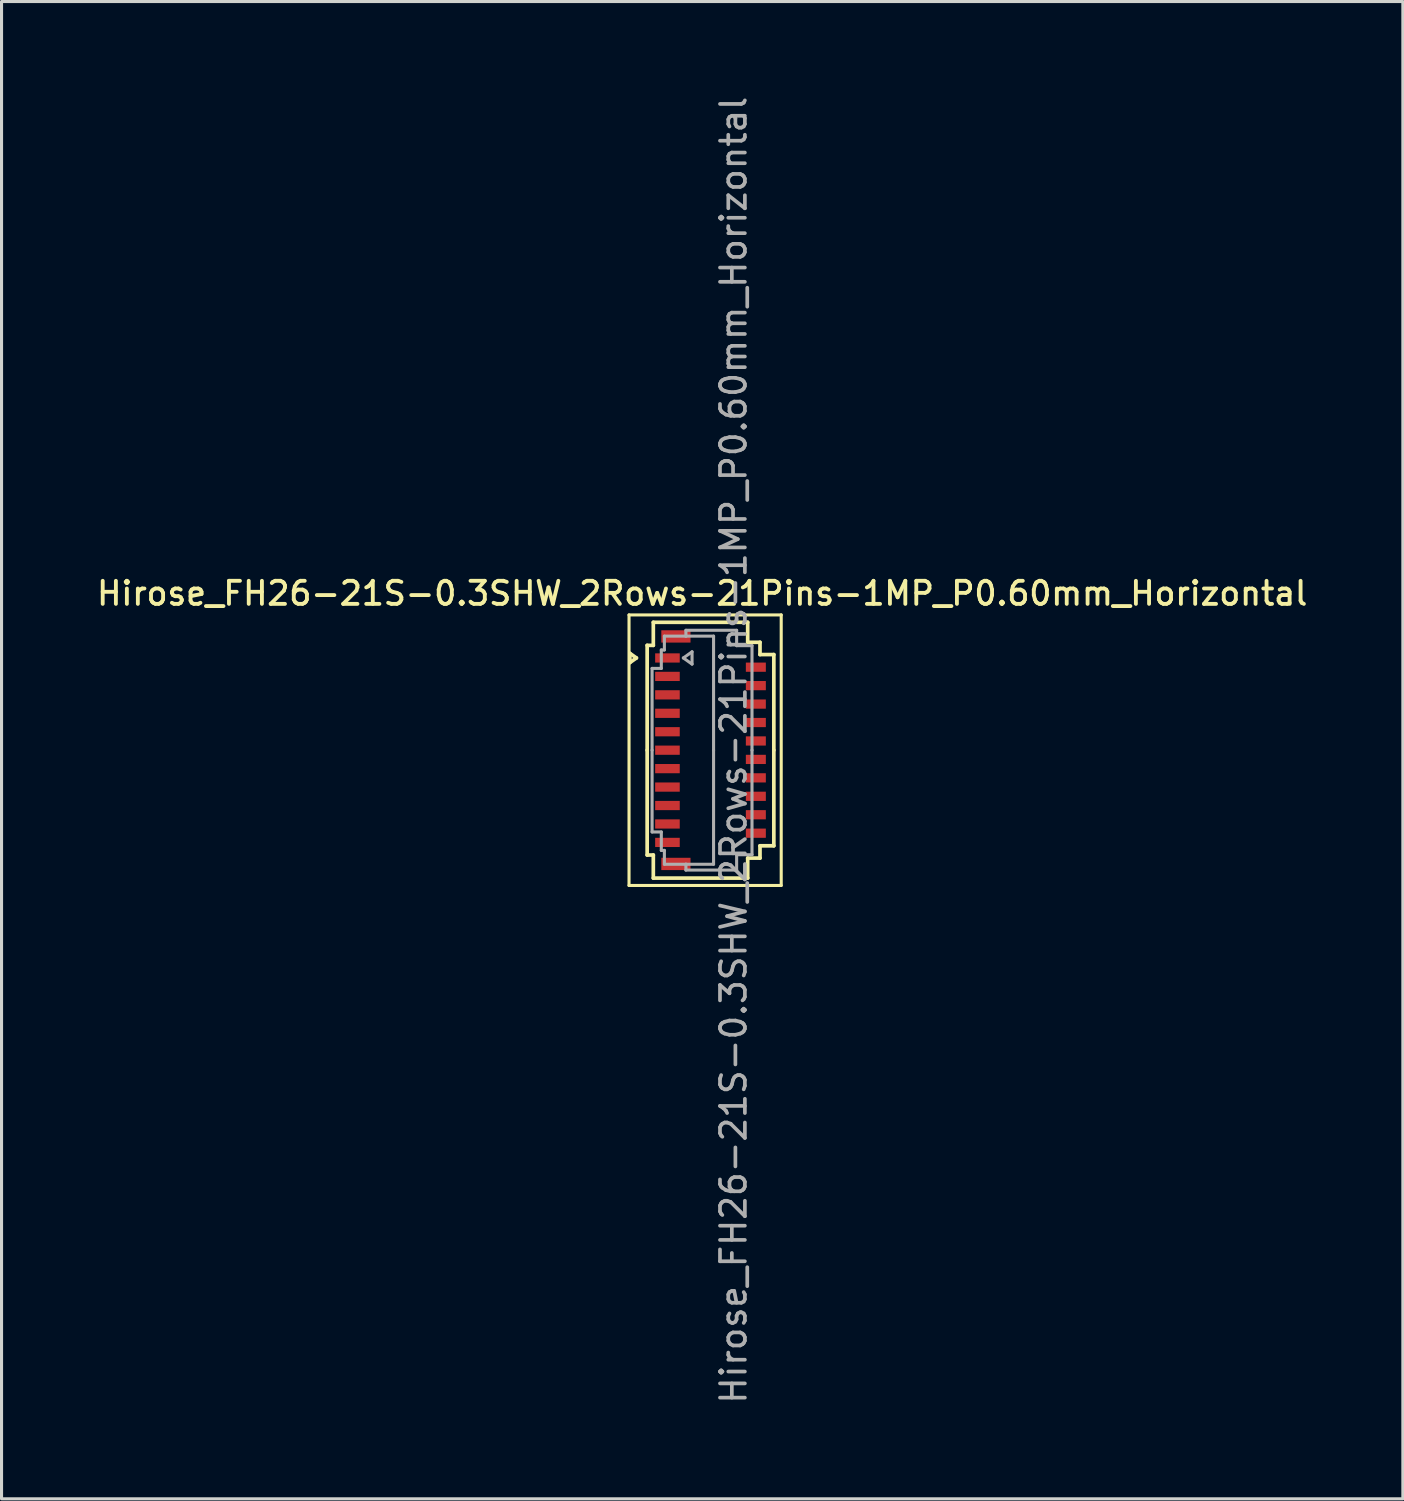
<source format=kicad_pcb>
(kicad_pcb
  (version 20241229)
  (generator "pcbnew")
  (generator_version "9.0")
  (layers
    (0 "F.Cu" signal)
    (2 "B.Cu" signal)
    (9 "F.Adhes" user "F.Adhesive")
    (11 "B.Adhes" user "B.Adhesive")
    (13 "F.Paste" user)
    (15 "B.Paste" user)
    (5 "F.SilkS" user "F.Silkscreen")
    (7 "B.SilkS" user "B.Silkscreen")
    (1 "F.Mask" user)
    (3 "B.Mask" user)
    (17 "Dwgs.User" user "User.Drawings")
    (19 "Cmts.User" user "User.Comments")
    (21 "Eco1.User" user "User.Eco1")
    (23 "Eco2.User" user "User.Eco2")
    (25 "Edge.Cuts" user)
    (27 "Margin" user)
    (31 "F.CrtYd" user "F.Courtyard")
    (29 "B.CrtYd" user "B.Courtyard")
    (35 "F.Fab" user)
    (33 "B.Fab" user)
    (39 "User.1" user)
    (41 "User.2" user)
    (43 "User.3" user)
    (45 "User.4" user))
  (footprint "Hirose_FH26-21S-0.3SHW_2Rows-21Pins-1MP_P0.60mm_Horizontal"
    (layer "F.Cu")
    (at 20.061 21.352)
    (property "Reference" "Hirose_FH26-21S-0.3SHW_2Rows-21Pins-1MP_P0.60mm_Horizontal" (at -0.27 -5.1 0) (layer "F.SilkS") (effects (font (size 0.75 0.75) (thickness 0.125))))
    (attr smd)
    (fp_line (start -2.65 -4.4) (end -2.65 4.4) (stroke (width 0.1) (type solid)) (layer "F.SilkS"))
    (fp_line (start -2.65 4.4) (end 2.3 4.4) (stroke (width 0.1) (type solid)) (layer "F.SilkS"))
    (fp_line (start -2.622 -3.15) (end -2.41 -3) (stroke (width 0.12) (type solid)) (layer "F.SilkS"))
    (fp_line (start -2.622 -2.85) (end -2.622 -3.15) (stroke (width 0.12) (type solid)) (layer "F.SilkS"))
    (fp_line (start -2.41 -3) (end -2.622 -2.85) (stroke (width 0.12) (type solid)) (layer "F.SilkS"))
    (fp_line (start -2.06 -3.41) (end -2.06 0) (stroke (width 0.12) (type solid)) (layer "F.SilkS"))
    (fp_line (start -2.06 3.41) (end -2.06 0) (stroke (width 0.12) (type solid)) (layer "F.SilkS"))
    (fp_line (start -1.86 -4.16) (end -1.86 -3.41) (stroke (width 0.12) (type solid)) (layer "F.SilkS"))
    (fp_line (start -1.86 -3.41) (end -2.06 -3.41) (stroke (width 0.12) (type solid)) (layer "F.SilkS"))
    (fp_line (start -1.86 3.41) (end -2.06 3.41) (stroke (width 0.12) (type solid)) (layer "F.SilkS"))
    (fp_line (start -1.86 4.16) (end -1.86 3.41) (stroke (width 0.12) (type solid)) (layer "F.SilkS"))
    (fp_line (start 1.21 -4.16) (end -1.86 -4.16) (stroke (width 0.12) (type solid)) (layer "F.SilkS"))
    (fp_line (start 1.21 -3.51) (end 1.21 -4.16) (stroke (width 0.12) (type solid)) (layer "F.SilkS"))
    (fp_line (start 1.21 3.51) (end 1.21 4.16) (stroke (width 0.12) (type solid)) (layer "F.SilkS"))
    (fp_line (start 1.21 4.16) (end -1.86 4.16) (stroke (width 0.12) (type solid)) (layer "F.SilkS"))
    (fp_line (start 1.61 -3.51) (end 1.21 -3.51) (stroke (width 0.12) (type solid)) (layer "F.SilkS"))
    (fp_line (start 1.61 -3.11) (end 1.61 -3.51) (stroke (width 0.12) (type solid)) (layer "F.SilkS"))
    (fp_line (start 1.61 3.11) (end 1.61 3.51) (stroke (width 0.12) (type solid)) (layer "F.SilkS"))
    (fp_line (start 1.61 3.51) (end 1.21 3.51) (stroke (width 0.12) (type solid)) (layer "F.SilkS"))
    (fp_line (start 2.06 -3.11) (end 1.61 -3.11) (stroke (width 0.12) (type solid)) (layer "F.SilkS"))
    (fp_line (start 2.06 0) (end 2.06 -3.11) (stroke (width 0.12) (type solid)) (layer "F.SilkS"))
    (fp_line (start 2.06 0) (end 2.06 3.11) (stroke (width 0.12) (type solid)) (layer "F.SilkS"))
    (fp_line (start 2.06 3.11) (end 1.61 3.11) (stroke (width 0.12) (type solid)) (layer "F.SilkS"))
    (fp_line (start 2.3 -4.4) (end -2.65 -4.4) (stroke (width 0.1) (type solid)) (layer "F.SilkS"))
    (fp_line (start 2.3 4.4) (end 2.3 -4.4) (stroke (width 0.1) (type solid)) (layer "F.SilkS"))
    (fp_line (start -1.9 -2.66) (end -1.6 -2.66) (stroke (width 0.1) (type solid)) (layer "F.Fab"))
    (fp_line (start -1.9 0) (end -1.9 -2.66) (stroke (width 0.1) (type solid)) (layer "F.Fab"))
    (fp_line (start -1.9 0) (end -1.9 2.66) (stroke (width 0.1) (type solid)) (layer "F.Fab"))
    (fp_line (start -1.9 2.66) (end -1.6 2.66) (stroke (width 0.1) (type solid)) (layer "F.Fab"))
    (fp_line (start -1.6 -3.26) (end -1.5 -3.26) (stroke (width 0.1) (type solid)) (layer "F.Fab"))
    (fp_line (start -1.6 -2.66) (end -1.6 -3.26) (stroke (width 0.1) (type solid)) (layer "F.Fab"))
    (fp_line (start -1.6 2.66) (end -1.6 3.26) (stroke (width 0.1) (type solid)) (layer "F.Fab"))
    (fp_line (start -1.6 3.26) (end -1.5 3.26) (stroke (width 0.1) (type solid)) (layer "F.Fab"))
    (fp_line (start -1.5 -3.71) (end -0.8 -3.71) (stroke (width 0.1) (type solid)) (layer "F.Fab"))
    (fp_line (start -1.5 -3.26) (end -1.5 -3.71) (stroke (width 0.1) (type solid)) (layer "F.Fab"))
    (fp_line (start -1.5 3.26) (end -1.5 3.71) (stroke (width 0.1) (type solid)) (layer "F.Fab"))
    (fp_line (start -1.5 3.71) (end -0.8 3.71) (stroke (width 0.1) (type solid)) (layer "F.Fab"))
    (fp_line (start -0.883 -3) (end -0.6 -2.8) (stroke (width 0.1) (type solid)) (layer "F.Fab"))
    (fp_line (start -0.8 -3.9) (end 0.85 -3.9) (stroke (width 0.1) (type solid)) (layer "F.Fab"))
    (fp_line (start -0.8 -3.71) (end -0.8 -3.9) (stroke (width 0.1) (type solid)) (layer "F.Fab"))
    (fp_line (start -0.8 3.71) (end -0.8 3.9) (stroke (width 0.1) (type solid)) (layer "F.Fab"))
    (fp_line (start -0.8 3.9) (end 0.85 3.9) (stroke (width 0.1) (type solid)) (layer "F.Fab"))
    (fp_line (start -0.6 -3.2) (end -0.883 -3) (stroke (width 0.1) (type solid)) (layer "F.Fab"))
    (fp_line (start -0.6 -2.8) (end -0.6 -3.2) (stroke (width 0.1) (type solid)) (layer "F.Fab"))
    (fp_line (start 0.1 -3.71) (end -0.8 -3.71) (stroke (width 0.1) (type solid)) (layer "F.Fab"))
    (fp_line (start 0.1 0) (end 0.1 -3.71) (stroke (width 0.1) (type solid)) (layer "F.Fab"))
    (fp_line (start 0.1 0) (end 0.1 3.71) (stroke (width 0.1) (type solid)) (layer "F.Fab"))
    (fp_line (start 0.1 3.71) (end -0.8 3.71) (stroke (width 0.1) (type solid)) (layer "F.Fab"))
    (fp_line (start 0.85 -3.9) (end 0.85 -3.4) (stroke (width 0.1) (type solid)) (layer "F.Fab"))
    (fp_line (start 0.85 -3.4) (end 1.35 -3.4) (stroke (width 0.1) (type solid)) (layer "F.Fab"))
    (fp_line (start 0.85 3.4) (end 1.35 3.4) (stroke (width 0.1) (type solid)) (layer "F.Fab"))
    (fp_line (start 0.85 3.9) (end 0.85 3.4) (stroke (width 0.1) (type solid)) (layer "F.Fab"))
    (fp_line (start 1.35 -3.4) (end 1.35 0) (stroke (width 0.1) (type solid)) (layer "F.Fab"))
    (fp_line (start 1.35 3.4) (end 1.35 0) (stroke (width 0.1) (type solid)) (layer "F.Fab"))
    (fp_text user "${REFERENCE}" (at 0.75 0 90) (layer "F.Fab") (effects (font (size 0.81 0.81) (thickness 0.12))))
    (pad "1" smd rect (at -1.4 -3) (size 0.8 0.3) (layers "F.Cu" "F.Mask" "F.Paste"))
    (pad "2" smd rect (at 1.475 -2.7) (size 0.65 0.3) (layers "F.Cu" "F.Mask" "F.Paste"))
    (pad "3" smd rect (at -1.4 -2.4) (size 0.8 0.3) (layers "F.Cu" "F.Mask" "F.Paste"))
    (pad "4" smd rect (at 1.475 -2.1) (size 0.65 0.3) (layers "F.Cu" "F.Mask" "F.Paste"))
    (pad "5" smd rect (at -1.4 -1.8) (size 0.8 0.3) (layers "F.Cu" "F.Mask" "F.Paste"))
    (pad "6" smd rect (at 1.475 -1.5) (size 0.65 0.3) (layers "F.Cu" "F.Mask" "F.Paste"))
    (pad "7" smd rect (at -1.4 -1.2) (size 0.8 0.3) (layers "F.Cu" "F.Mask" "F.Paste"))
    (pad "8" smd rect (at 1.475 -0.9) (size 0.65 0.3) (layers "F.Cu" "F.Mask" "F.Paste"))
    (pad "9" smd rect (at -1.4 -0.6) (size 0.8 0.3) (layers "F.Cu" "F.Mask" "F.Paste"))
    (pad "10" smd rect (at 1.475 -0.3) (size 0.65 0.3) (layers "F.Cu" "F.Mask" "F.Paste"))
    (pad "11" smd rect (at -1.4 0) (size 0.8 0.3) (layers "F.Cu" "F.Mask" "F.Paste"))
    (pad "12" smd rect (at 1.475 0.3) (size 0.65 0.3) (layers "F.Cu" "F.Mask" "F.Paste"))
    (pad "13" smd rect (at -1.4 0.6) (size 0.8 0.3) (layers "F.Cu" "F.Mask" "F.Paste"))
    (pad "14" smd rect (at 1.475 0.9) (size 0.65 0.3) (layers "F.Cu" "F.Mask" "F.Paste"))
    (pad "15" smd rect (at -1.4 1.2) (size 0.8 0.3) (layers "F.Cu" "F.Mask" "F.Paste"))
    (pad "16" smd rect (at 1.475 1.5) (size 0.65 0.3) (layers "F.Cu" "F.Mask" "F.Paste"))
    (pad "17" smd rect (at -1.4 1.8) (size 0.8 0.3) (layers "F.Cu" "F.Mask" "F.Paste"))
    (pad "18" smd rect (at 1.475 2.1) (size 0.65 0.3) (layers "F.Cu" "F.Mask" "F.Paste"))
    (pad "19" smd rect (at -1.4 2.4) (size 0.8 0.3) (layers "F.Cu" "F.Mask" "F.Paste"))
    (pad "20" smd rect (at 1.475 2.7) (size 0.65 0.3) (layers "F.Cu" "F.Mask" "F.Paste"))
    (pad "21" smd rect (at -1.4 3) (size 0.8 0.3) (layers "F.Cu" "F.Mask" "F.Paste"))
    (pad "MP" smd rect (at -1.125 -3.7) (size 0.95 0.4) (layers "F.Cu" "F.Mask" "F.Paste"))
    (pad "MP" smd rect (at -1.125 3.7) (size 0.95 0.4) (layers "F.Cu" "F.Mask" "F.Paste")))
  (gr_rect
    (start -3 -3)
    (end 42.582 45.704)
    (stroke (width 0.1) (type default))
    (fill no)
    (layer "Edge.Cuts")))
</source>
